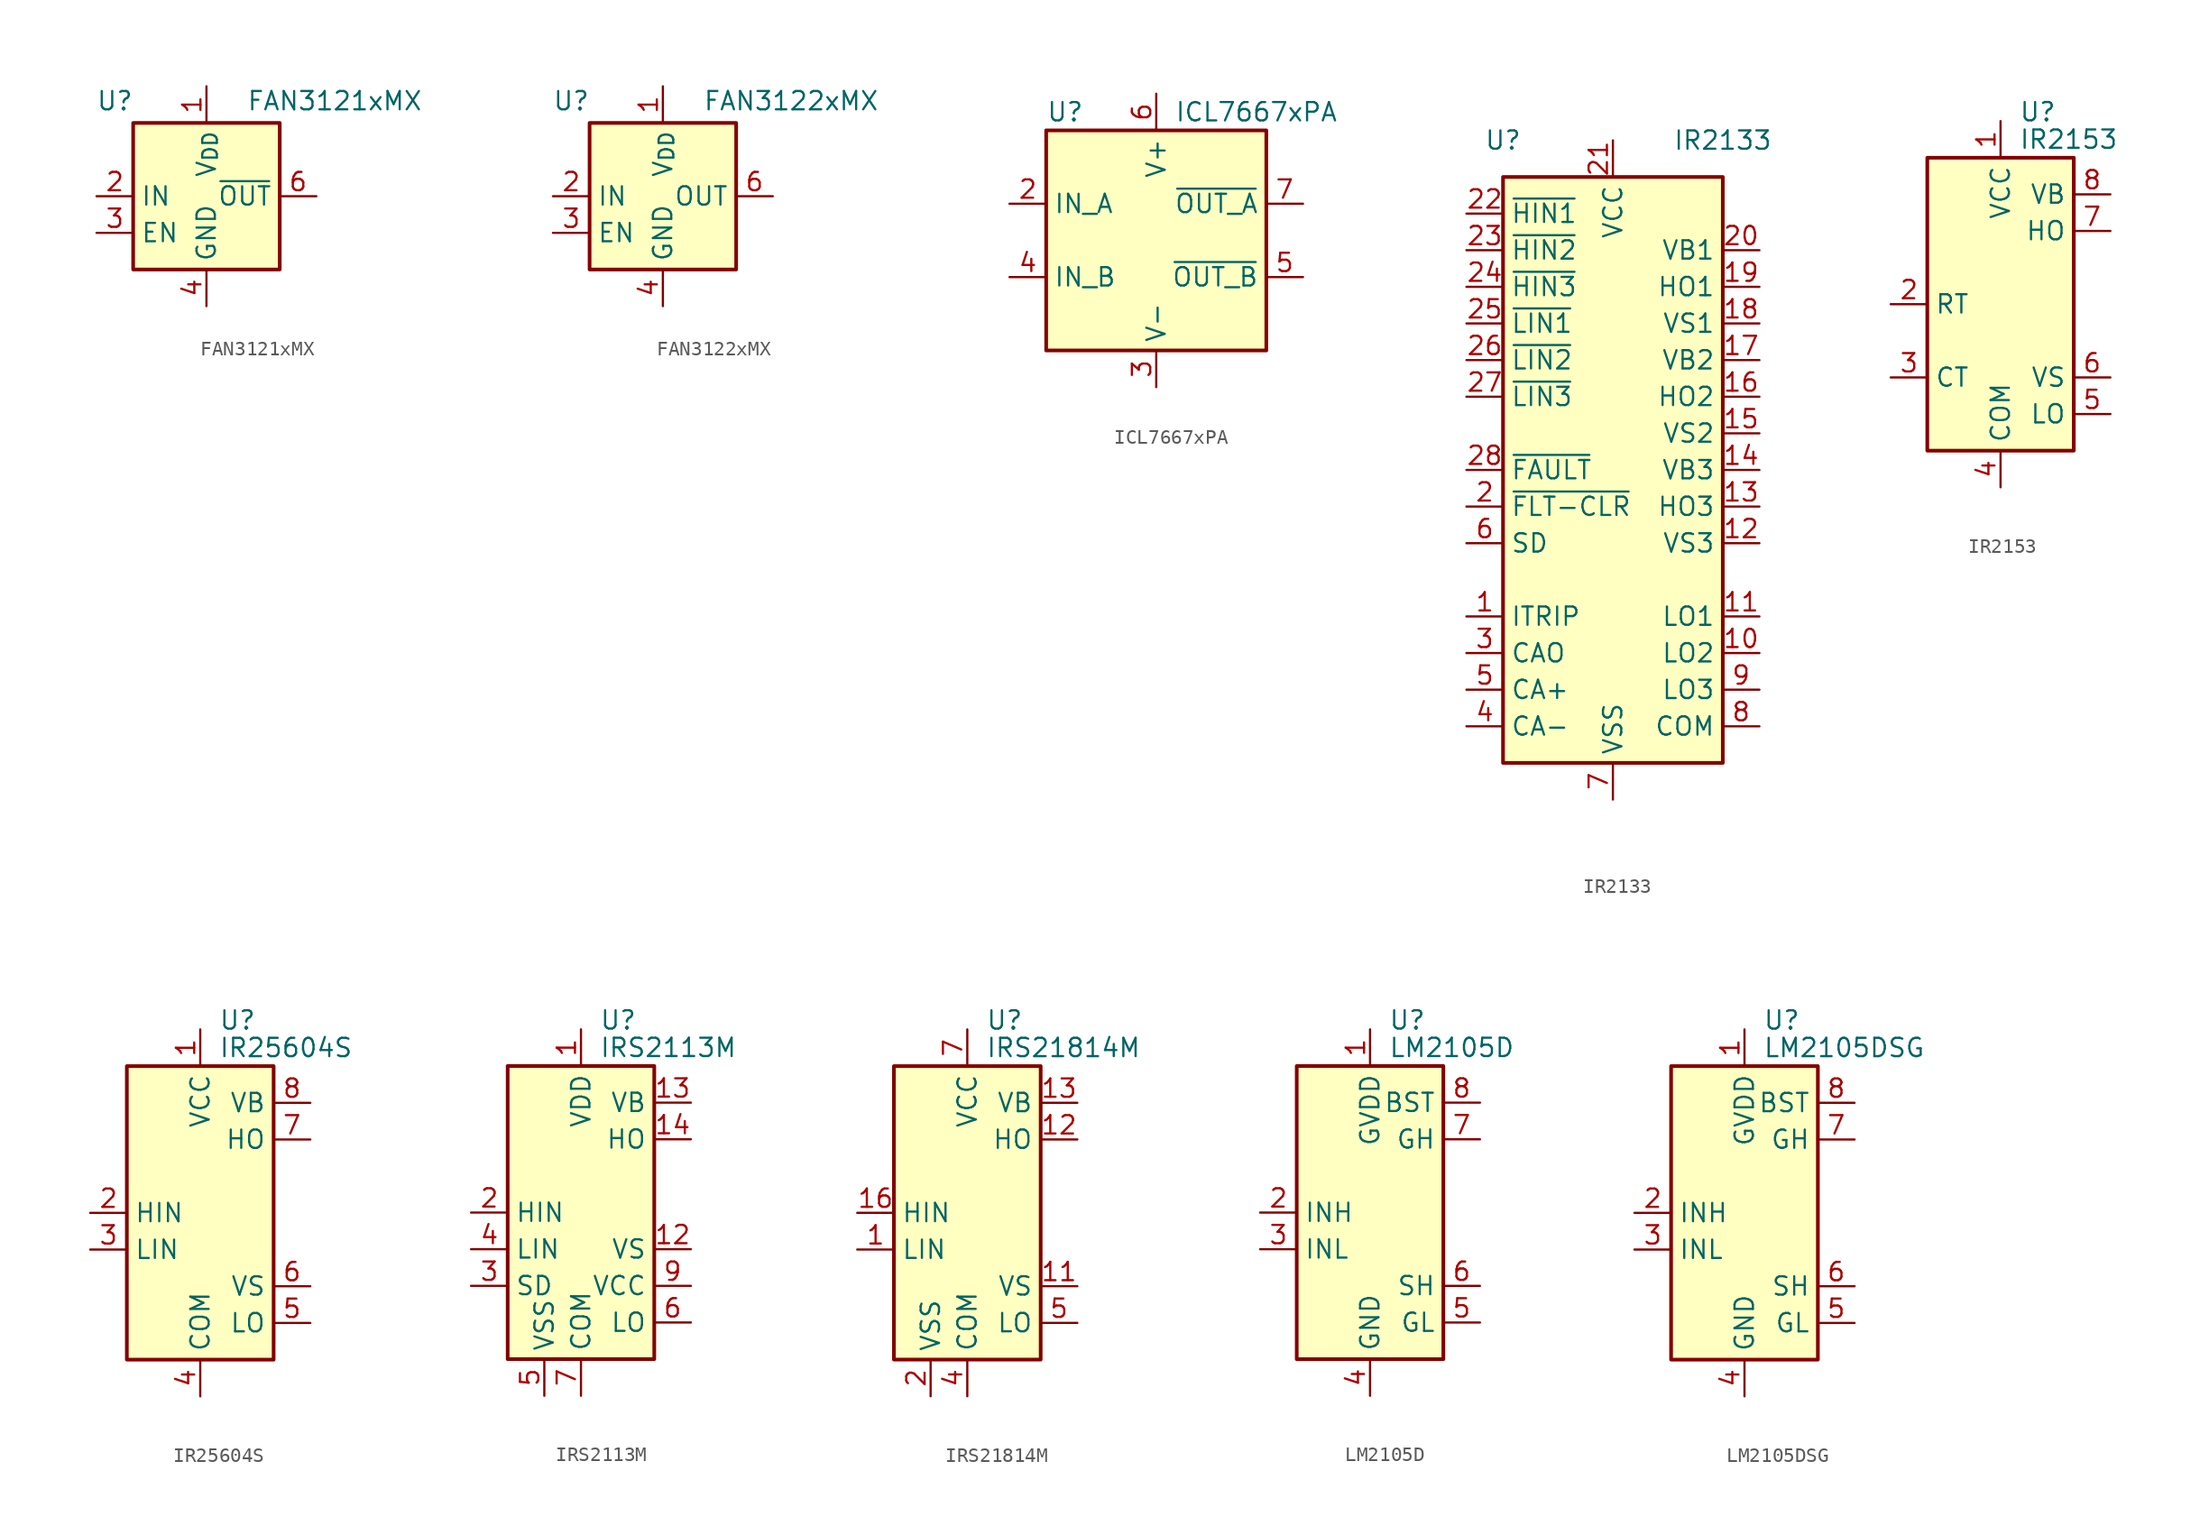
<source format=kicad_sym>
(kicad_symbol_lib
  (version 20241209)
  (generator "kicad_symbol_editor")
  (generator_version "9.0")
  (symbol "FAN3121xMX"
    (property "Reference" "U"
      (at -6.35 6.604 0)
      (effects (font (size 1.27 1.27))))
    (property "Value" "FAN3121xMX"
      (at 8.89 6.604 0)
      (effects (font (size 1.27 1.27))))
    (symbol "FAN3121xMX_0_1"
      (rectangle (start -5.08 5.08) (end 5.08 -5.08) (stroke (width 0.254) (type default)) (fill (type background))))
    (symbol "FAN3121xMX_1_1"
      (pin input line (at -7.62 0 0) (length 2.54) (name "IN" (effects (font (size 1.27 1.27)))) (number "2" (effects (font (size 1.27 1.27)))))
      (pin input line (at -7.62 -2.54 0) (length 2.54) (name "EN" (effects (font (size 1.27 1.27)))) (number "3" (effects (font (size 1.27 1.27)))))
      (pin power_in line (at 0 7.62 270) (length 2.54) (name "V_{DD}" (effects (font (size 1.27 1.27)))) (number "1" (effects (font (size 1.27 1.27)))))
      (pin passive line (at 0 7.62 270) (length 2.54) (hide yes) (name "V_{DD}" (effects (font (size 1.27 1.27)))) (number "8" (effects (font (size 1.27 1.27)))))
      (pin power_in line (at 0 -7.62 90) (length 2.54) (name "GND" (effects (font (size 1.27 1.27)))) (number "4" (effects (font (size 1.27 1.27)))))
      (pin passive line (at 0 -7.62 90) (length 2.54) (hide yes) (name "GND" (effects (font (size 1.27 1.27)))) (number "5" (effects (font (size 1.27 1.27)))))
      (pin output line (at 7.62 0 180) (length 2.54) (name "~{OUT}" (effects (font (size 1.27 1.27)))) (number "6" (effects (font (size 1.27 1.27)))))
      (pin passive line (at 7.62 0 180) (length 2.54) (hide yes) (name "~{OUT}" (effects (font (size 1.27 1.27)))) (number "7" (effects (font (size 1.27 1.27)))))))
  (symbol "FAN3122xMX"
    (property "Reference" "U"
      (at -6.35 6.604 0)
      (effects (font (size 1.27 1.27))))
    (property "Value" "FAN3122xMX"
      (at 8.89 6.604 0)
      (effects (font (size 1.27 1.27))))
    (symbol "FAN3122xMX_0_1"
      (rectangle (start -5.08 5.08) (end 5.08 -5.08) (stroke (width 0.254) (type default)) (fill (type background))))
    (symbol "FAN3122xMX_1_1"
      (pin input line (at -7.62 0 0) (length 2.54) (name "IN" (effects (font (size 1.27 1.27)))) (number "2" (effects (font (size 1.27 1.27)))))
      (pin input line (at -7.62 -2.54 0) (length 2.54) (name "EN" (effects (font (size 1.27 1.27)))) (number "3" (effects (font (size 1.27 1.27)))))
      (pin power_in line (at 0 7.62 270) (length 2.54) (name "V_{DD}" (effects (font (size 1.27 1.27)))) (number "1" (effects (font (size 1.27 1.27)))))
      (pin passive line (at 0 7.62 270) (length 2.54) (hide yes) (name "V_{DD}" (effects (font (size 1.27 1.27)))) (number "8" (effects (font (size 1.27 1.27)))))
      (pin power_in line (at 0 -7.62 90) (length 2.54) (name "GND" (effects (font (size 1.27 1.27)))) (number "4" (effects (font (size 1.27 1.27)))))
      (pin passive line (at 0 -7.62 90) (length 2.54) (hide yes) (name "GND" (effects (font (size 1.27 1.27)))) (number "5" (effects (font (size 1.27 1.27)))))
      (pin output line (at 7.62 0 180) (length 2.54) (name "OUT" (effects (font (size 1.27 1.27)))) (number "6" (effects (font (size 1.27 1.27)))))
      (pin passive line (at 7.62 0 180) (length 2.54) (hide yes) (name "OUT" (effects (font (size 1.27 1.27)))) (number "7" (effects (font (size 1.27 1.27)))))))
  (symbol "ICL7667xPA"
    (property "Reference" "U"
      (at -7.62 8.89 0)
      (effects (font (size 1.27 1.27)) (justify left)))
    (property "Value" "ICL7667xPA"
      (at 1.27 8.89 0)
      (effects (font (size 1.27 1.27)) (justify left)))
    (symbol "ICL7667xPA_0_1"
      (rectangle (start -7.62 -7.62) (end 7.62 7.62) (stroke (width 0.254) (type default)) (fill (type background))))
    (symbol "ICL7667xPA_1_1"
      (pin input line (at -10.16 2.54 0) (length 2.54) (name "IN_A" (effects (font (size 1.27 1.27)))) (number "2" (effects (font (size 1.27 1.27)))))
      (pin input line (at -10.16 -2.54 0) (length 2.54) (name "IN_B" (effects (font (size 1.27 1.27)))) (number "4" (effects (font (size 1.27 1.27)))))
      (pin no_connect line (at -7.62 0 0) (length 2.54) (hide yes) (name "NC" (effects (font (size 1.27 1.27)))) (number "1" (effects (font (size 1.27 1.27)))))
      (pin power_in line (at 0 10.16 270) (length 2.54) (name "V+" (effects (font (size 1.27 1.27)))) (number "6" (effects (font (size 1.27 1.27)))))
      (pin power_in line (at 0 -10.16 90) (length 2.54) (name "V-" (effects (font (size 1.27 1.27)))) (number "3" (effects (font (size 1.27 1.27)))))
      (pin no_connect line (at 7.62 0 180) (length 2.54) (hide yes) (name "NC" (effects (font (size 1.27 1.27)))) (number "8" (effects (font (size 1.27 1.27)))))
      (pin output line (at 10.16 2.54 180) (length 2.54) (name "~{OUT_A}" (effects (font (size 1.27 1.27)))) (number "7" (effects (font (size 1.27 1.27)))))
      (pin output line (at 10.16 -2.54 180) (length 2.54) (name "~{OUT_B}" (effects (font (size 1.27 1.27)))) (number "5" (effects (font (size 1.27 1.27)))))))
  (symbol "IR2133"
    (property "Reference" "U"
      (at -7.62 22.86 0)
      (effects (font (size 1.27 1.27))))
    (property "Value" "IR2133"
      (at 7.62 22.86 0)
      (effects (font (size 1.27 1.27))))
    (symbol "IR2133_0_1"
      (rectangle (start -7.62 -20.32) (end 7.62 20.32) (stroke (width 0.254) (type default)) (fill (type background))))
    (symbol "IR2133_1_1"
      (pin input line (at -10.16 17.78 0) (length 2.54) (name "~{HIN1}" (effects (font (size 1.27 1.27)))) (number "22" (effects (font (size 1.27 1.27)))))
      (pin input line (at -10.16 15.24 0) (length 2.54) (name "~{HIN2}" (effects (font (size 1.27 1.27)))) (number "23" (effects (font (size 1.27 1.27)))))
      (pin input line (at -10.16 12.7 0) (length 2.54) (name "~{HIN3}" (effects (font (size 1.27 1.27)))) (number "24" (effects (font (size 1.27 1.27)))))
      (pin input line (at -10.16 10.16 0) (length 2.54) (name "~{LIN1}" (effects (font (size 1.27 1.27)))) (number "25" (effects (font (size 1.27 1.27)))))
      (pin input line (at -10.16 7.62 0) (length 2.54) (name "~{LIN2}" (effects (font (size 1.27 1.27)))) (number "26" (effects (font (size 1.27 1.27)))))
      (pin input line (at -10.16 5.08 0) (length 2.54) (name "~{LIN3}" (effects (font (size 1.27 1.27)))) (number "27" (effects (font (size 1.27 1.27)))))
      (pin output line (at -10.16 0 0) (length 2.54) (name "~{FAULT}" (effects (font (size 1.27 1.27)))) (number "28" (effects (font (size 1.27 1.27)))))
      (pin input line (at -10.16 -2.54 0) (length 2.54) (name "~{FLT-CLR}" (effects (font (size 1.27 1.27)))) (number "2" (effects (font (size 1.27 1.27)))))
      (pin input line (at -10.16 -5.08 0) (length 2.54) (name "SD" (effects (font (size 1.27 1.27)))) (number "6" (effects (font (size 1.27 1.27)))))
      (pin input line (at -10.16 -10.16 0) (length 2.54) (name "ITRIP" (effects (font (size 1.27 1.27)))) (number "1" (effects (font (size 1.27 1.27)))))
      (pin output line (at -10.16 -12.7 0) (length 2.54) (name "CAO" (effects (font (size 1.27 1.27)))) (number "3" (effects (font (size 1.27 1.27)))))
      (pin input line (at -10.16 -15.24 0) (length 2.54) (name "CA+" (effects (font (size 1.27 1.27)))) (number "5" (effects (font (size 1.27 1.27)))))
      (pin input line (at -10.16 -17.78 0) (length 2.54) (name "CA-" (effects (font (size 1.27 1.27)))) (number "4" (effects (font (size 1.27 1.27)))))
      (pin power_in line (at 0 22.86 270) (length 2.54) (name "VCC" (effects (font (size 1.27 1.27)))) (number "21" (effects (font (size 1.27 1.27)))))
      (pin power_in line (at 0 -22.86 90) (length 2.54) (name "VSS" (effects (font (size 1.27 1.27)))) (number "7" (effects (font (size 1.27 1.27)))))
      (pin passive line (at 10.16 15.24 180) (length 2.54) (name "VB1" (effects (font (size 1.27 1.27)))) (number "20" (effects (font (size 1.27 1.27)))))
      (pin output line (at 10.16 12.7 180) (length 2.54) (name "HO1" (effects (font (size 1.27 1.27)))) (number "19" (effects (font (size 1.27 1.27)))))
      (pin passive line (at 10.16 10.16 180) (length 2.54) (name "VS1" (effects (font (size 1.27 1.27)))) (number "18" (effects (font (size 1.27 1.27)))))
      (pin passive line (at 10.16 7.62 180) (length 2.54) (name "VB2" (effects (font (size 1.27 1.27)))) (number "17" (effects (font (size 1.27 1.27)))))
      (pin output line (at 10.16 5.08 180) (length 2.54) (name "HO2" (effects (font (size 1.27 1.27)))) (number "16" (effects (font (size 1.27 1.27)))))
      (pin passive line (at 10.16 2.54 180) (length 2.54) (name "VS2" (effects (font (size 1.27 1.27)))) (number "15" (effects (font (size 1.27 1.27)))))
      (pin passive line (at 10.16 0 180) (length 2.54) (name "VB3" (effects (font (size 1.27 1.27)))) (number "14" (effects (font (size 1.27 1.27)))))
      (pin output line (at 10.16 -2.54 180) (length 2.54) (name "HO3" (effects (font (size 1.27 1.27)))) (number "13" (effects (font (size 1.27 1.27)))))
      (pin passive line (at 10.16 -5.08 180) (length 2.54) (name "VS3" (effects (font (size 1.27 1.27)))) (number "12" (effects (font (size 1.27 1.27)))))
      (pin output line (at 10.16 -10.16 180) (length 2.54) (name "LO1" (effects (font (size 1.27 1.27)))) (number "11" (effects (font (size 1.27 1.27)))))
      (pin output line (at 10.16 -12.7 180) (length 2.54) (name "LO2" (effects (font (size 1.27 1.27)))) (number "10" (effects (font (size 1.27 1.27)))))
      (pin output line (at 10.16 -15.24 180) (length 2.54) (name "LO3" (effects (font (size 1.27 1.27)))) (number "9" (effects (font (size 1.27 1.27)))))
      (pin passive line (at 10.16 -17.78 180) (length 2.54) (name "COM" (effects (font (size 1.27 1.27)))) (number "8" (effects (font (size 1.27 1.27)))))))
  (symbol "IR2153"
    (property "Reference" "U"
      (at 1.27 13.335 0)
      (effects (font (size 1.27 1.27)) (justify left)))
    (property "Value" "IR2153"
      (at 1.27 11.43 0)
      (effects (font (size 1.27 1.27)) (justify left)))
    (symbol "IR2153_0_1"
      (rectangle (start -5.08 -10.16) (end 5.08 10.16) (stroke (width 0.254) (type default)) (fill (type background))))
    (symbol "IR2153_1_1"
      (pin passive line (at -7.62 0 0) (length 2.54) (name "RT" (effects (font (size 1.27 1.27)))) (number "2" (effects (font (size 1.27 1.27)))))
      (pin passive line (at -7.62 -5.08 0) (length 2.54) (name "CT" (effects (font (size 1.27 1.27)))) (number "3" (effects (font (size 1.27 1.27)))))
      (pin power_in line (at 0 12.7 270) (length 2.54) (name "VCC" (effects (font (size 1.27 1.27)))) (number "1" (effects (font (size 1.27 1.27)))))
      (pin power_in line (at 0 -12.7 90) (length 2.54) (name "COM" (effects (font (size 1.27 1.27)))) (number "4" (effects (font (size 1.27 1.27)))))
      (pin passive line (at 7.62 7.62 180) (length 2.54) (name "VB" (effects (font (size 1.27 1.27)))) (number "8" (effects (font (size 1.27 1.27)))))
      (pin output line (at 7.62 5.08 180) (length 2.54) (name "HO" (effects (font (size 1.27 1.27)))) (number "7" (effects (font (size 1.27 1.27)))))
      (pin passive line (at 7.62 -5.08 180) (length 2.54) (name "VS" (effects (font (size 1.27 1.27)))) (number "6" (effects (font (size 1.27 1.27)))))
      (pin output line (at 7.62 -7.62 180) (length 2.54) (name "LO" (effects (font (size 1.27 1.27)))) (number "5" (effects (font (size 1.27 1.27)))))))
  (symbol "IR25604S"
    (property "Reference" "U"
      (at 1.27 13.335 0)
      (effects (font (size 1.27 1.27)) (justify left)))
    (property "Value" "IR25604S"
      (at 1.27 11.43 0)
      (effects (font (size 1.27 1.27)) (justify left)))
    (symbol "IR25604S_0_1"
      (rectangle (start -5.08 -10.16) (end 5.08 10.16) (stroke (width 0.254) (type default)) (fill (type background))))
    (symbol "IR25604S_1_1"
      (pin input line (at -7.62 0 0) (length 2.54) (name "HIN" (effects (font (size 1.27 1.27)))) (number "2" (effects (font (size 1.27 1.27)))))
      (pin input line (at -7.62 -2.54 0) (length 2.54) (name "LIN" (effects (font (size 1.27 1.27)))) (number "3" (effects (font (size 1.27 1.27)))))
      (pin power_in line (at 0 12.7 270) (length 2.54) (name "VCC" (effects (font (size 1.27 1.27)))) (number "1" (effects (font (size 1.27 1.27)))))
      (pin power_in line (at 0 -12.7 90) (length 2.54) (name "COM" (effects (font (size 1.27 1.27)))) (number "4" (effects (font (size 1.27 1.27)))))
      (pin passive line (at 7.62 7.62 180) (length 2.54) (name "VB" (effects (font (size 1.27 1.27)))) (number "8" (effects (font (size 1.27 1.27)))))
      (pin output line (at 7.62 5.08 180) (length 2.54) (name "HO" (effects (font (size 1.27 1.27)))) (number "7" (effects (font (size 1.27 1.27)))))
      (pin passive line (at 7.62 -5.08 180) (length 2.54) (name "VS" (effects (font (size 1.27 1.27)))) (number "6" (effects (font (size 1.27 1.27)))))
      (pin output line (at 7.62 -7.62 180) (length 2.54) (name "LO" (effects (font (size 1.27 1.27)))) (number "5" (effects (font (size 1.27 1.27)))))))
  (symbol "IRS2113M"
    (property "Reference" "U"
      (at 1.27 13.335 0)
      (effects (font (size 1.27 1.27)) (justify left)))
    (property "Value" "IRS2113M"
      (at 1.27 11.43 0)
      (effects (font (size 1.27 1.27)) (justify left)))
    (symbol "IRS2113M_0_1"
      (rectangle (start -5.08 -10.16) (end 5.08 10.16) (stroke (width 0.254) (type default)) (fill (type background))))
    (symbol "IRS2113M_1_1"
      (pin input line (at -7.62 0 0) (length 2.54) (name "HIN" (effects (font (size 1.27 1.27)))) (number "2" (effects (font (size 1.27 1.27)))))
      (pin input line (at -7.62 -2.54 0) (length 2.54) (name "LIN" (effects (font (size 1.27 1.27)))) (number "4" (effects (font (size 1.27 1.27)))))
      (pin input line (at -7.62 -5.08 0) (length 2.54) (name "SD" (effects (font (size 1.27 1.27)))) (number "3" (effects (font (size 1.27 1.27)))))
      (pin no_connect line (at -5.08 7.62 0) (length 2.54) (hide yes) (name "NC" (effects (font (size 1.27 1.27)))) (number "8" (effects (font (size 1.27 1.27)))))
      (pin no_connect line (at -5.08 5.08 0) (length 2.54) (hide yes) (name "NC" (effects (font (size 1.27 1.27)))) (number "11" (effects (font (size 1.27 1.27)))))
      (pin no_connect line (at -5.08 2.54 0) (length 2.54) (hide yes) (name "NC" (effects (font (size 1.27 1.27)))) (number "16" (effects (font (size 1.27 1.27)))))
      (pin power_in line (at -2.54 -12.7 90) (length 2.54) (name "VSS" (effects (font (size 1.27 1.27)))) (number "5" (effects (font (size 1.27 1.27)))))
      (pin power_in line (at 0 12.7 270) (length 2.54) (name "VDD" (effects (font (size 1.27 1.27)))) (number "1" (effects (font (size 1.27 1.27)))))
      (pin passive line (at 0 -12.7 90) (length 2.54) (hide yes) (name "COM" (effects (font (size 1.27 1.27)))) (number "17" (effects (font (size 1.27 1.27)))))
      (pin power_in line (at 0 -12.7 90) (length 2.54) (name "COM" (effects (font (size 1.27 1.27)))) (number "7" (effects (font (size 1.27 1.27)))))
      (pin passive line (at 7.62 7.62 180) (length 2.54) (name "VB" (effects (font (size 1.27 1.27)))) (number "13" (effects (font (size 1.27 1.27)))))
      (pin output line (at 7.62 5.08 180) (length 2.54) (name "HO" (effects (font (size 1.27 1.27)))) (number "14" (effects (font (size 1.27 1.27)))))
      (pin passive line (at 7.62 -2.54 180) (length 2.54) (name "VS" (effects (font (size 1.27 1.27)))) (number "12" (effects (font (size 1.27 1.27)))))
      (pin power_in line (at 7.62 -5.08 180) (length 2.54) (name "VCC" (effects (font (size 1.27 1.27)))) (number "9" (effects (font (size 1.27 1.27)))))
      (pin output line (at 7.62 -7.62 180) (length 2.54) (name "LO" (effects (font (size 1.27 1.27)))) (number "6" (effects (font (size 1.27 1.27)))))))
  (symbol "IRS21814M"
    (property "Reference" "U"
      (at 1.27 13.335 0)
      (effects (font (size 1.27 1.27)) (justify left)))
    (property "Value" "IRS21814M"
      (at 1.27 11.43 0)
      (effects (font (size 1.27 1.27)) (justify left)))
    (symbol "IRS21814M_0_1"
      (rectangle (start -5.08 -10.16) (end 5.08 10.16) (stroke (width 0.254) (type default)) (fill (type background))))
    (symbol "IRS21814M_1_1"
      (pin input line (at -7.62 0 0) (length 2.54) (name "HIN" (effects (font (size 1.27 1.27)))) (number "16" (effects (font (size 1.27 1.27)))))
      (pin input line (at -7.62 -2.54 0) (length 2.54) (name "LIN" (effects (font (size 1.27 1.27)))) (number "1" (effects (font (size 1.27 1.27)))))
      (pin no_connect line (at -5.08 7.62 0) (length 2.54) (hide yes) (name "NC" (effects (font (size 1.27 1.27)))) (number "3" (effects (font (size 1.27 1.27)))))
      (pin no_connect line (at -5.08 5.08 0) (length 2.54) (hide yes) (name "NC" (effects (font (size 1.27 1.27)))) (number "6" (effects (font (size 1.27 1.27)))))
      (pin no_connect line (at -5.08 2.54 0) (length 2.54) (hide yes) (name "NC" (effects (font (size 1.27 1.27)))) (number "8" (effects (font (size 1.27 1.27)))))
      (pin power_in line (at -2.54 -12.7 90) (length 2.54) (name "VSS" (effects (font (size 1.27 1.27)))) (number "2" (effects (font (size 1.27 1.27)))))
      (pin power_in line (at 0 12.7 270) (length 2.54) (name "VCC" (effects (font (size 1.27 1.27)))) (number "7" (effects (font (size 1.27 1.27)))))
      (pin passive line (at 0 -12.7 90) (length 2.54) (hide yes) (name "COM" (effects (font (size 1.27 1.27)))) (number "17" (effects (font (size 1.27 1.27)))))
      (pin power_in line (at 0 -12.7 90) (length 2.54) (name "COM" (effects (font (size 1.27 1.27)))) (number "4" (effects (font (size 1.27 1.27)))))
      (pin no_connect line (at 5.08 2.54 180) (length 2.54) (hide yes) (name "NC" (effects (font (size 1.27 1.27)))) (number "9" (effects (font (size 1.27 1.27)))))
      (pin no_connect line (at 5.08 0 180) (length 2.54) (hide yes) (name "NC" (effects (font (size 1.27 1.27)))) (number "14" (effects (font (size 1.27 1.27)))))
      (pin passive line (at 7.62 7.62 180) (length 2.54) (name "VB" (effects (font (size 1.27 1.27)))) (number "13" (effects (font (size 1.27 1.27)))))
      (pin output line (at 7.62 5.08 180) (length 2.54) (name "HO" (effects (font (size 1.27 1.27)))) (number "12" (effects (font (size 1.27 1.27)))))
      (pin passive line (at 7.62 -5.08 180) (length 2.54) (name "VS" (effects (font (size 1.27 1.27)))) (number "11" (effects (font (size 1.27 1.27)))))
      (pin output line (at 7.62 -7.62 180) (length 2.54) (name "LO" (effects (font (size 1.27 1.27)))) (number "5" (effects (font (size 1.27 1.27)))))))
  (symbol "LM2105D"
    (property "Reference" "U"
      (at 1.27 13.335 0)
      (effects (font (size 1.27 1.27)) (justify left)))
    (property "Value" "LM2105D"
      (at 1.27 11.43 0)
      (effects (font (size 1.27 1.27)) (justify left)))
    (symbol "LM2105D_0_1"
      (rectangle (start -5.08 -10.16) (end 5.08 10.16) (stroke (width 0.254) (type default)) (fill (type background))))
    (symbol "LM2105D_1_1"
      (pin input line (at -7.62 0 0) (length 2.54) (name "INH" (effects (font (size 1.27 1.27)))) (number "2" (effects (font (size 1.27 1.27)))))
      (pin input line (at -7.62 -2.54 0) (length 2.54) (name "INL" (effects (font (size 1.27 1.27)))) (number "3" (effects (font (size 1.27 1.27)))))
      (pin power_in line (at 0 12.7 270) (length 2.54) (name "GVDD" (effects (font (size 1.27 1.27)))) (number "1" (effects (font (size 1.27 1.27)))))
      (pin power_in line (at 0 -12.7 90) (length 2.54) (name "GND" (effects (font (size 1.27 1.27)))) (number "4" (effects (font (size 1.27 1.27)))))
      (pin passive line (at 7.62 7.62 180) (length 2.54) (name "BST" (effects (font (size 1.27 1.27)))) (number "8" (effects (font (size 1.27 1.27)))))
      (pin output line (at 7.62 5.08 180) (length 2.54) (name "GH" (effects (font (size 1.27 1.27)))) (number "7" (effects (font (size 1.27 1.27)))))
      (pin passive line (at 7.62 -5.08 180) (length 2.54) (name "SH" (effects (font (size 1.27 1.27)))) (number "6" (effects (font (size 1.27 1.27)))))
      (pin output line (at 7.62 -7.62 180) (length 2.54) (name "GL" (effects (font (size 1.27 1.27)))) (number "5" (effects (font (size 1.27 1.27)))))))
  (symbol "LM2105DSG"
    (property "Reference" "U"
      (at 1.27 13.335 0)
      (effects (font (size 1.27 1.27)) (justify left)))
    (property "Value" "LM2105DSG"
      (at 1.27 11.43 0)
      (effects (font (size 1.27 1.27)) (justify left)))
    (symbol "LM2105DSG_0_1"
      (rectangle (start -5.08 10.16) (end 5.08 -10.16) (stroke (width 0.254) (type default)) (fill (type background))))
    (symbol "LM2105DSG_1_1"
      (pin input line (at -7.62 0 0) (length 2.54) (name "INH" (effects (font (size 1.27 1.27)))) (number "2" (effects (font (size 1.27 1.27)))))
      (pin input line (at -7.62 -2.54 0) (length 2.54) (name "INL" (effects (font (size 1.27 1.27)))) (number "3" (effects (font (size 1.27 1.27)))))
      (pin power_in line (at 0 12.7 270) (length 2.54) (name "GVDD" (effects (font (size 1.27 1.27)))) (number "1" (effects (font (size 1.27 1.27)))))
      (pin power_in line (at 0 -12.7 90) (length 2.54) (name "GND" (effects (font (size 1.27 1.27)))) (number "4" (effects (font (size 1.27 1.27)))))
      (pin passive line (at 0 -12.7 90) (length 2.54) (hide yes) (name "GND" (effects (font (size 1.27 1.27)))) (number "9" (effects (font (size 1.27 1.27)))))
      (pin passive line (at 7.62 7.62 180) (length 2.54) (name "BST" (effects (font (size 1.27 1.27)))) (number "8" (effects (font (size 1.27 1.27)))))
      (pin output line (at 7.62 5.08 180) (length 2.54) (name "GH" (effects (font (size 1.27 1.27)))) (number "7" (effects (font (size 1.27 1.27)))))
      (pin passive line (at 7.62 -5.08 180) (length 2.54) (name "SH" (effects (font (size 1.27 1.27)))) (number "6" (effects (font (size 1.27 1.27)))))
      (pin output line (at 7.62 -7.62 180) (length 2.54) (name "GL" (effects (font (size 1.27 1.27)))) (number "5" (effects (font (size 1.27 1.27))))))))
</source>
